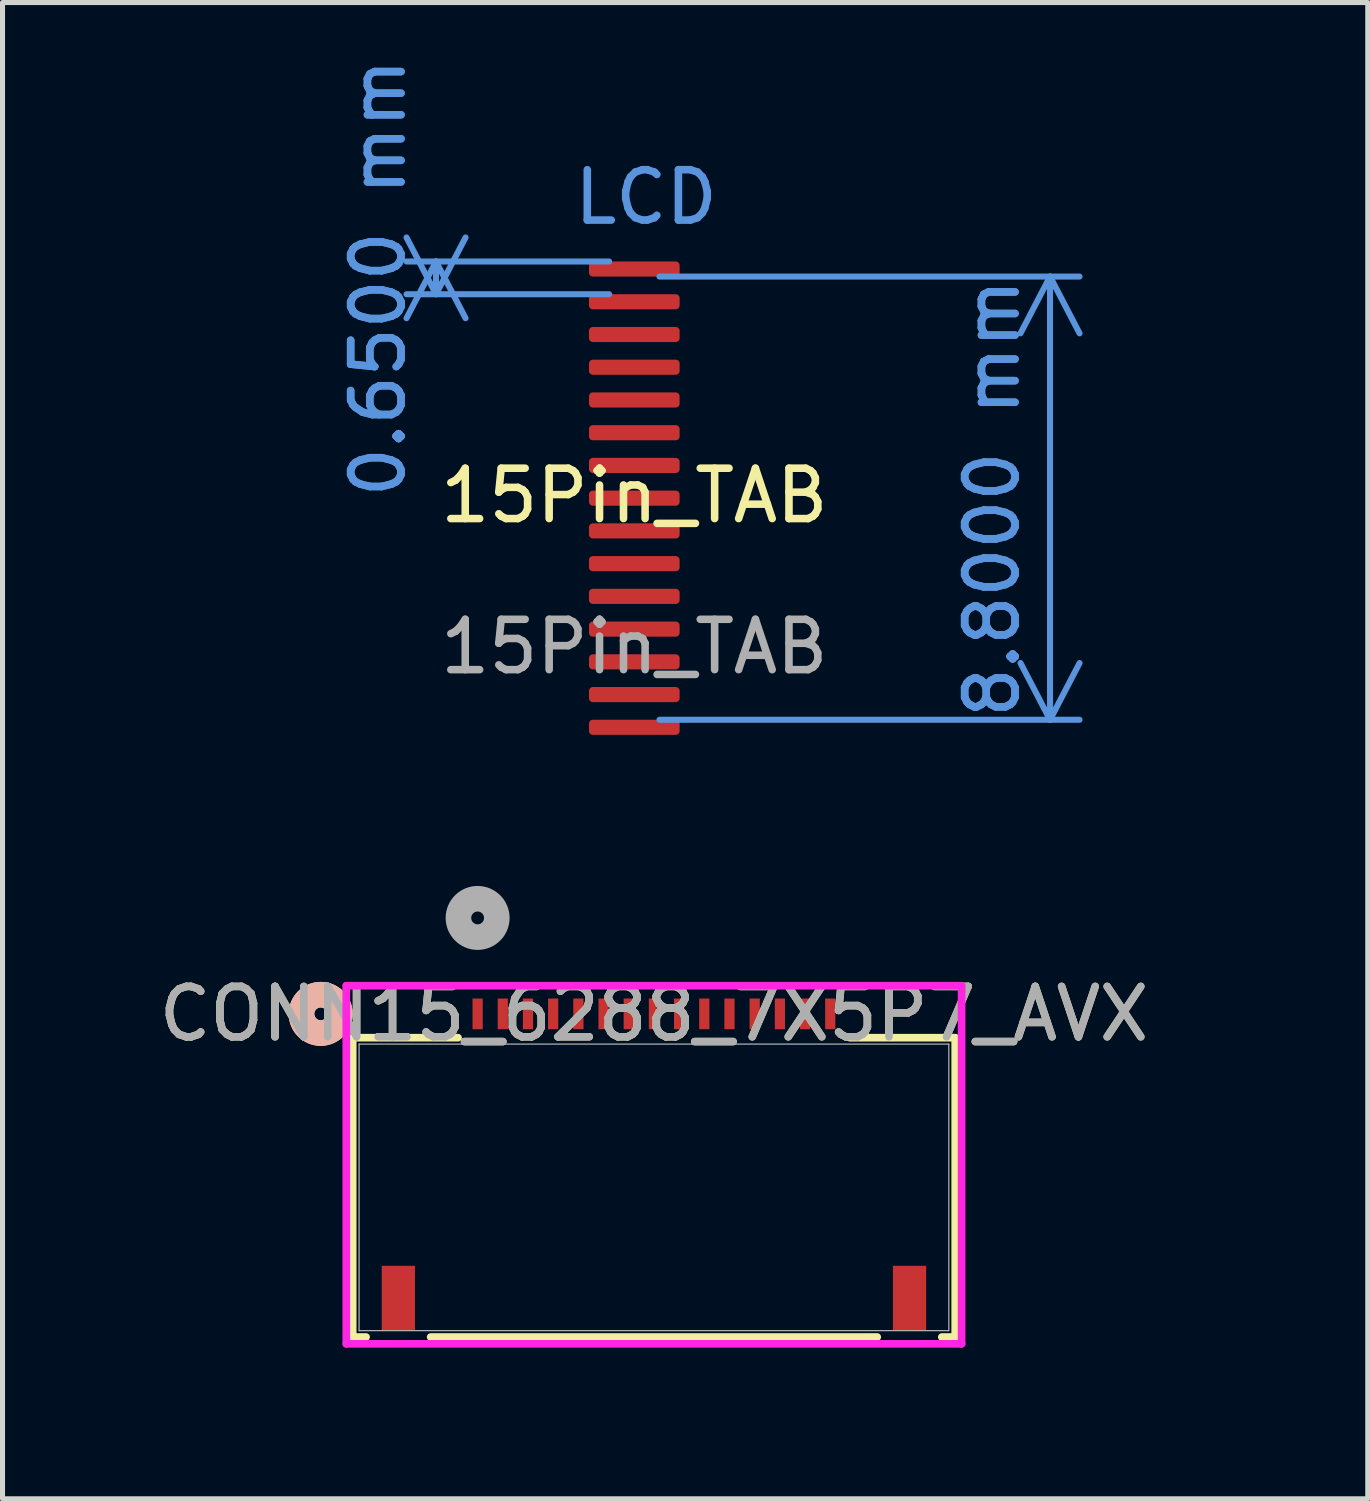
<source format=kicad_pcb>
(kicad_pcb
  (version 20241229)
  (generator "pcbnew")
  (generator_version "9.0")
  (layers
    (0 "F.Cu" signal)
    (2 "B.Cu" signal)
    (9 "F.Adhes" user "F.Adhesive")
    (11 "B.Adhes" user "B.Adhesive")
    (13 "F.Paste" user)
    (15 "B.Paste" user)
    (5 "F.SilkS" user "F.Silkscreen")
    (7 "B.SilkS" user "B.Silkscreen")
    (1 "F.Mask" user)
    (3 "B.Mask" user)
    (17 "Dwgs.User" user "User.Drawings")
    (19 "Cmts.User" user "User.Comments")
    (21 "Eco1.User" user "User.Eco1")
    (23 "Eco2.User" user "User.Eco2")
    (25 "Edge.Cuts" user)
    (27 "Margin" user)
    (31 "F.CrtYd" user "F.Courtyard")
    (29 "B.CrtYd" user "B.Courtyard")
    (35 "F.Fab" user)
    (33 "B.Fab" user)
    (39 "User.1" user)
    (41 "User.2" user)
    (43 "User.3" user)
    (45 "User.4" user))
  (footprint "CONN15_6288_7X5P7_AVX"
    (layer "F.Cu")
    (at 6.434 17.082)
    (property "Reference" "CONN15_6288_7X5P7_AVX" (at 3.501 0 0) (unlocked yes) (layer "F.SilkS") (effects (font (size 1 1) (thickness 0.15))))
    (attr smd)
    (fp_line (start -2.481 0.473) (end -2.481 6.417) (stroke (width 0.152) (type solid)) (layer "F.SilkS"))
    (fp_line (start -2.481 6.417) (end -2.215 6.417) (stroke (width 0.152) (type solid)) (layer "F.SilkS"))
    (fp_line (start -0.933 6.417) (end 7.935 6.417) (stroke (width 0.152) (type solid)) (layer "F.SilkS"))
    (fp_line (start -0.389 0.473) (end -2.481 0.473) (stroke (width 0.152) (type solid)) (layer "F.SilkS"))
    (fp_line (start 9.217 6.417) (end 9.483 6.417) (stroke (width 0.152) (type solid)) (layer "F.SilkS"))
    (fp_line (start 9.483 0.473) (end 7.39 0.473) (stroke (width 0.152) (type solid)) (layer "F.SilkS"))
    (fp_line (start 9.483 6.417) (end 9.483 0.473) (stroke (width 0.152) (type solid)) (layer "F.SilkS"))
    (fp_circle (center -3.116 0) (end -2.735 0) (stroke (width 0.508) (type solid)) (fill no) (layer "F.SilkS"))
    (fp_circle (center -3.116 0) (end -2.735 0) (stroke (width 0.508) (type solid)) (fill no) (layer "B.SilkS"))
    (fp_line (start -2.608 -0.559) (end -2.608 6.552) (stroke (width 0.152) (type solid)) (layer "F.CrtYd"))
    (fp_line (start -2.608 6.552) (end 9.61 6.552) (stroke (width 0.152) (type solid)) (layer "F.CrtYd"))
    (fp_line (start 9.61 -0.559) (end -2.608 -0.559) (stroke (width 0.152) (type solid)) (layer "F.CrtYd"))
    (fp_line (start 9.61 6.552) (end 9.61 -0.559) (stroke (width 0.152) (type solid)) (layer "F.CrtYd"))
    (fp_line (start -2.354 0.6) (end -2.354 6.29) (stroke (width 0.025) (type solid)) (layer "F.Fab"))
    (fp_line (start -2.354 6.29) (end 9.356 6.29) (stroke (width 0.025) (type solid)) (layer "F.Fab"))
    (fp_line (start 9.356 0.6) (end -2.354 0.6) (stroke (width 0.025) (type solid)) (layer "F.Fab"))
    (fp_line (start 9.356 6.29) (end 9.356 0.6) (stroke (width 0.025) (type solid)) (layer "F.Fab"))
    (fp_circle (center 0 -1.905) (end 0.381 -1.905) (stroke (width 0.508) (type solid)) (fill no) (layer "F.Fab"))
    (fp_text user "${REFERENCE}" (at 3.501 0 0) (unlocked yes) (layer "F.Fab") (effects (font (size 1 1) (thickness 0.15))))
    (pad "1" smd rect (at 0 0) (size 0.203 0.61) (layers "F.Cu" "F.Mask" "F.Paste"))
    (pad "2" smd rect (at 0.5 0) (size 0.203 0.61) (layers "F.Cu" "F.Mask" "F.Paste"))
    (pad "3" smd rect (at 1 0) (size 0.203 0.61) (layers "F.Cu" "F.Mask" "F.Paste"))
    (pad "4" smd rect (at 1.5 0) (size 0.203 0.61) (layers "F.Cu" "F.Mask" "F.Paste"))
    (pad "5" smd rect (at 2.001 0) (size 0.203 0.61) (layers "F.Cu" "F.Mask" "F.Paste"))
    (pad "6" smd rect (at 2.501 0) (size 0.203 0.61) (layers "F.Cu" "F.Mask" "F.Paste"))
    (pad "7" smd rect (at 3.001 0) (size 0.203 0.61) (layers "F.Cu" "F.Mask" "F.Paste"))
    (pad "8" smd rect (at 3.501 0) (size 0.203 0.61) (layers "F.Cu" "F.Mask" "F.Paste"))
    (pad "9" smd rect (at 4.001 0) (size 0.203 0.61) (layers "F.Cu" "F.Mask" "F.Paste"))
    (pad "10" smd rect (at 4.501 0) (size 0.203 0.61) (layers "F.Cu" "F.Mask" "F.Paste"))
    (pad "11" smd rect (at 5.001 0) (size 0.203 0.61) (layers "F.Cu" "F.Mask" "F.Paste"))
    (pad "12" smd rect (at 5.501 0) (size 0.203 0.61) (layers "F.Cu" "F.Mask" "F.Paste"))
    (pad "13" smd rect (at 6.002 0) (size 0.203 0.61) (layers "F.Cu" "F.Mask" "F.Paste"))
    (pad "14" smd rect (at 6.502 0) (size 0.203 0.61) (layers "F.Cu" "F.Mask" "F.Paste"))
    (pad "15" smd rect (at 7.002 0) (size 0.203 0.61) (layers "F.Cu" "F.Mask" "F.Paste"))
    (pad "16" smd rect (at -1.574 5.65) (size 0.66 1.295) (layers "F.Cu" "F.Mask" "F.Paste"))
    (pad "17" smd rect (at 8.576 5.65) (size 0.66 1.295) (layers "F.Cu" "F.Mask" "F.Paste")))
  (footprint "15Pin_TAB"
    (layer "F.Cu")
    (at 9.545 7.292)
    (property "Reference" "15Pin_TAB" (at 0 -0.5 0) (unlocked yes) (layer "F.SilkS") (effects (font (size 1 1) (thickness 0.15))))
    (attr smd)
    (fp_text user "LCD" (at -1.27 -5.842 0) (unlocked yes) (layer "Cmts.User") (effects (font (size 1 1) (thickness 0.15)) (justify left bottom)))
    (fp_text user "${REFERENCE}" (at 0 2.5 0) (unlocked yes) (layer "F.Fab") (effects (font (size 1 1) (thickness 0.15))))
    (dimension (type aligned) (layer "Cmts.User") (pts (xy 9.545 2.442) (xy 9.545 11.242)) (height -8.255) (format (prefix "") (suffix "") (units 3) (units_format 1) (precision 4)) (style (thickness 0.12) (arrow_length 1.27) (text_position_mode 0) (arrow_direction outward) (extension_height 0.586) (extension_offset 0.5) (keep_text_aligned yes)) (gr_text "8.8000 mm" (at 16.65 6.842 90) (layer "Cmts.User") (effects (font (size 1 1) (thickness 0.15)))))
    (dimension (type aligned) (layer "Cmts.User") (pts (xy 9.545 2.142) (xy 9.545 2.792)) (height 3.937) (format (prefix "") (suffix "") (units 3) (units_format 1) (precision 4)) (style (thickness 0.12) (arrow_length 1.27) (text_position_mode 0) (arrow_direction outward) (extension_height 0.586) (extension_offset 0.5) (keep_text_aligned yes)) (gr_text "0.6500 mm" (at 4.458 2.467 90) (layer "Cmts.User") (effects (font (size 1 1) (thickness 0.15)))))
    (pad "1" smd roundrect (at 0 -5) (size 1.8 0.3) (layers "F.Cu" "F.Mask" "F.Paste") (roundrect_rratio 0.25))
    (pad "2" smd roundrect (at 0 -4.35) (size 1.8 0.3) (layers "F.Cu" "F.Mask" "F.Paste") (roundrect_rratio 0.25))
    (pad "3" smd roundrect (at 0 -3.7) (size 1.8 0.3) (layers "F.Cu" "F.Mask" "F.Paste") (roundrect_rratio 0.25))
    (pad "4" smd roundrect (at 0 -3.05) (size 1.8 0.3) (layers "F.Cu" "F.Mask" "F.Paste") (roundrect_rratio 0.25))
    (pad "5" smd roundrect (at 0 -2.4) (size 1.8 0.3) (layers "F.Cu" "F.Mask" "F.Paste") (roundrect_rratio 0.25))
    (pad "6" smd roundrect (at 0 -1.75) (size 1.8 0.3) (layers "F.Cu" "F.Mask" "F.Paste") (roundrect_rratio 0.25))
    (pad "7" smd roundrect (at 0 -1.1) (size 1.8 0.3) (layers "F.Cu" "F.Mask" "F.Paste") (roundrect_rratio 0.25))
    (pad "8" smd roundrect (at 0 -0.45) (size 1.8 0.3) (layers "F.Cu" "F.Mask" "F.Paste") (roundrect_rratio 0.25))
    (pad "9" smd roundrect (at 0 0.2) (size 1.8 0.3) (layers "F.Cu" "F.Mask" "F.Paste") (roundrect_rratio 0.25))
    (pad "10" smd roundrect (at 0 0.85) (size 1.8 0.3) (layers "F.Cu" "F.Mask" "F.Paste") (roundrect_rratio 0.25))
    (pad "11" smd roundrect (at 0 1.5) (size 1.8 0.3) (layers "F.Cu" "F.Mask" "F.Paste") (roundrect_rratio 0.25))
    (pad "12" smd roundrect (at 0 2.15) (size 1.8 0.3) (layers "F.Cu" "F.Mask" "F.Paste") (roundrect_rratio 0.25))
    (pad "13" smd roundrect (at 0 2.8) (size 1.8 0.3) (layers "F.Cu" "F.Mask" "F.Paste") (roundrect_rratio 0.25))
    (pad "14" smd roundrect (at 0 3.45) (size 1.8 0.3) (layers "F.Cu" "F.Mask" "F.Paste") (roundrect_rratio 0.25))
    (pad "15" smd roundrect (at 0 4.1) (size 1.8 0.3) (layers "F.Cu" "F.Mask" "F.Paste") (roundrect_rratio 0.25)))
  (gr_rect
    (start -3 -3)
    (end 24.109 26.71)
    (stroke (width 0.1) (type default))
    (fill no)
    (layer "Edge.Cuts")))
</source>
